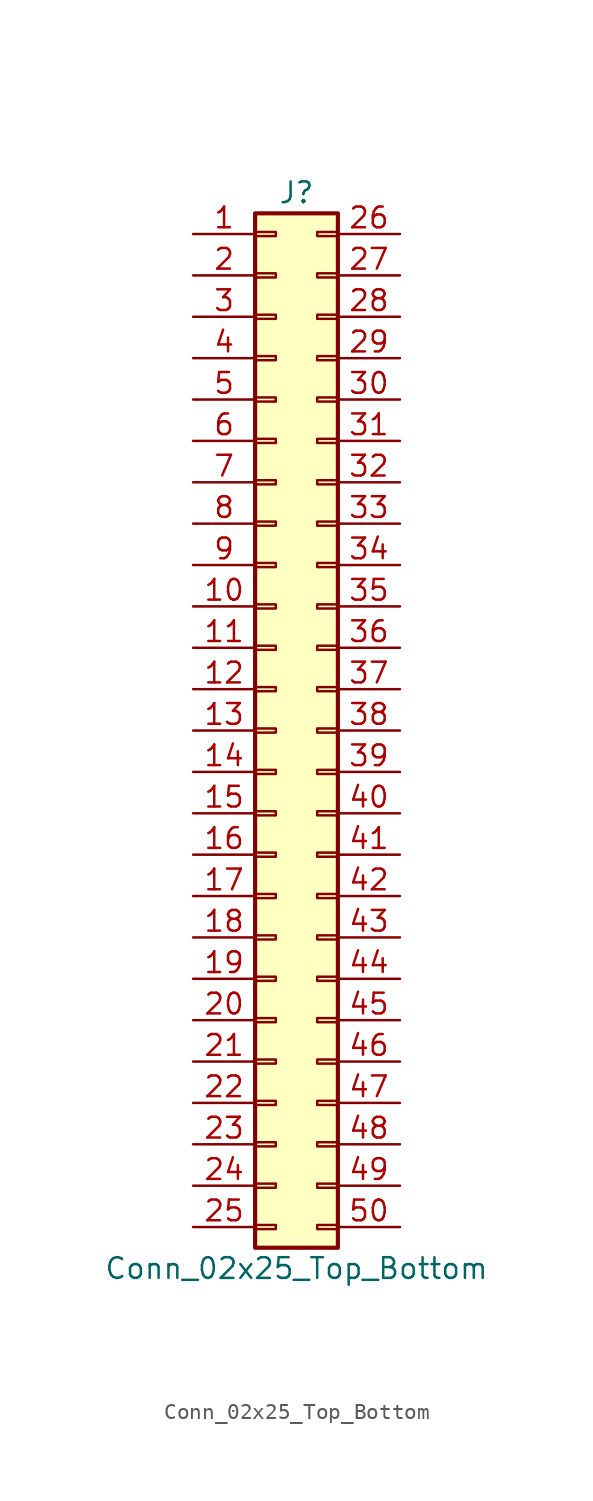
<source format=kicad_sym>
(kicad_symbol_lib
  (version 20201005)
  (generator kicad_symbol_editor)
  (symbol "Conn_02x25_Top_Bottom"
    (pin_names
      (offset 1.016) hide)
    (property "Reference" "J"
      (at 1.27 33.02 0)
      (effects (font (size 1.27 1.27))))
    (property "Value" "Conn_02x25_Top_Bottom"
      (at 1.27 -33.02 0)
      (effects (font (size 1.27 1.27))))
    (symbol "Conn_02x25_Top_Bottom_1_1"
      (rectangle (start -1.27 -30.353) (end 0 -30.607) (stroke (width 0.152)) (fill (type none)))
      (rectangle (start -1.27 -27.813) (end 0 -28.067) (stroke (width 0.152)) (fill (type none)))
      (rectangle (start -1.27 -25.273) (end 0 -25.527) (stroke (width 0.152)) (fill (type none)))
      (rectangle (start -1.27 -22.733) (end 0 -22.987) (stroke (width 0.152)) (fill (type none)))
      (rectangle (start -1.27 -20.193) (end 0 -20.447) (stroke (width 0.152)) (fill (type none)))
      (rectangle (start -1.27 -17.653) (end 0 -17.907) (stroke (width 0.152)) (fill (type none)))
      (rectangle (start -1.27 -15.113) (end 0 -15.367) (stroke (width 0.152)) (fill (type none)))
      (rectangle (start -1.27 -12.573) (end 0 -12.827) (stroke (width 0.152)) (fill (type none)))
      (rectangle (start -1.27 -10.033) (end 0 -10.287) (stroke (width 0.152)) (fill (type none)))
      (rectangle (start -1.27 -7.493) (end 0 -7.747) (stroke (width 0.152)) (fill (type none)))
      (rectangle (start -1.27 -4.953) (end 0 -5.207) (stroke (width 0.152)) (fill (type none)))
      (rectangle (start -1.27 -2.413) (end 0 -2.667) (stroke (width 0.152)) (fill (type none)))
      (rectangle (start -1.27 0.127) (end 0 -0.127) (stroke (width 0.152)) (fill (type none)))
      (rectangle (start -1.27 2.667) (end 0 2.413) (stroke (width 0.152)) (fill (type none)))
      (rectangle (start -1.27 5.207) (end 0 4.953) (stroke (width 0.152)) (fill (type none)))
      (rectangle (start -1.27 7.747) (end 0 7.493) (stroke (width 0.152)) (fill (type none)))
      (rectangle (start -1.27 10.287) (end 0 10.033) (stroke (width 0.152)) (fill (type none)))
      (rectangle (start -1.27 12.827) (end 0 12.573) (stroke (width 0.152)) (fill (type none)))
      (rectangle (start -1.27 15.367) (end 0 15.113) (stroke (width 0.152)) (fill (type none)))
      (rectangle (start -1.27 17.907) (end 0 17.653) (stroke (width 0.152)) (fill (type none)))
      (rectangle (start -1.27 20.447) (end 0 20.193) (stroke (width 0.152)) (fill (type none)))
      (rectangle (start -1.27 22.987) (end 0 22.733) (stroke (width 0.152)) (fill (type none)))
      (rectangle (start -1.27 25.527) (end 0 25.273) (stroke (width 0.152)) (fill (type none)))
      (rectangle (start -1.27 28.067) (end 0 27.813) (stroke (width 0.152)) (fill (type none)))
      (rectangle (start -1.27 30.607) (end 0 30.353) (stroke (width 0.152)) (fill (type none)))
      (rectangle (start 3.81 -30.353) (end 2.54 -30.607) (stroke (width 0.152)) (fill (type none)))
      (rectangle (start 3.81 -27.813) (end 2.54 -28.067) (stroke (width 0.152)) (fill (type none)))
      (rectangle (start 3.81 -25.273) (end 2.54 -25.527) (stroke (width 0.152)) (fill (type none)))
      (rectangle (start 3.81 -22.733) (end 2.54 -22.987) (stroke (width 0.152)) (fill (type none)))
      (rectangle (start 3.81 -20.193) (end 2.54 -20.447) (stroke (width 0.152)) (fill (type none)))
      (rectangle (start 3.81 -17.653) (end 2.54 -17.907) (stroke (width 0.152)) (fill (type none)))
      (rectangle (start 3.81 -15.113) (end 2.54 -15.367) (stroke (width 0.152)) (fill (type none)))
      (rectangle (start 3.81 -12.573) (end 2.54 -12.827) (stroke (width 0.152)) (fill (type none)))
      (rectangle (start 3.81 -10.033) (end 2.54 -10.287) (stroke (width 0.152)) (fill (type none)))
      (rectangle (start 3.81 -7.493) (end 2.54 -7.747) (stroke (width 0.152)) (fill (type none)))
      (rectangle (start 3.81 -4.953) (end 2.54 -5.207) (stroke (width 0.152)) (fill (type none)))
      (rectangle (start 3.81 -2.413) (end 2.54 -2.667) (stroke (width 0.152)) (fill (type none)))
      (rectangle (start 3.81 0.127) (end 2.54 -0.127) (stroke (width 0.152)) (fill (type none)))
      (rectangle (start 3.81 2.667) (end 2.54 2.413) (stroke (width 0.152)) (fill (type none)))
      (rectangle (start 3.81 5.207) (end 2.54 4.953) (stroke (width 0.152)) (fill (type none)))
      (rectangle (start 3.81 7.747) (end 2.54 7.493) (stroke (width 0.152)) (fill (type none)))
      (rectangle (start 3.81 10.287) (end 2.54 10.033) (stroke (width 0.152)) (fill (type none)))
      (rectangle (start 3.81 12.827) (end 2.54 12.573) (stroke (width 0.152)) (fill (type none)))
      (rectangle (start 3.81 15.367) (end 2.54 15.113) (stroke (width 0.152)) (fill (type none)))
      (rectangle (start 3.81 17.907) (end 2.54 17.653) (stroke (width 0.152)) (fill (type none)))
      (rectangle (start 3.81 20.447) (end 2.54 20.193) (stroke (width 0.152)) (fill (type none)))
      (rectangle (start 3.81 22.987) (end 2.54 22.733) (stroke (width 0.152)) (fill (type none)))
      (rectangle (start 3.81 25.527) (end 2.54 25.273) (stroke (width 0.152)) (fill (type none)))
      (rectangle (start 3.81 28.067) (end 2.54 27.813) (stroke (width 0.152)) (fill (type none)))
      (rectangle (start 3.81 30.607) (end 2.54 30.353) (stroke (width 0.152)) (fill (type none)))
      (rectangle (start -1.27 31.75) (end 3.81 -31.75) (stroke (width 0.254)) (fill (type background)))
      (pin passive line (at -5.08 30.48 0) (length 3.81) (name "Pin_1" (effects (font (size 1.27 1.27)))) (number "1" (effects (font (size 1.27 1.27)))))
      (pin passive line (at -5.08 7.62 0) (length 3.81) (name "Pin_10" (effects (font (size 1.27 1.27)))) (number "10" (effects (font (size 1.27 1.27)))))
      (pin passive line (at -5.08 5.08 0) (length 3.81) (name "Pin_11" (effects (font (size 1.27 1.27)))) (number "11" (effects (font (size 1.27 1.27)))))
      (pin passive line (at -5.08 2.54 0) (length 3.81) (name "Pin_12" (effects (font (size 1.27 1.27)))) (number "12" (effects (font (size 1.27 1.27)))))
      (pin passive line (at -5.08 0 0) (length 3.81) (name "Pin_13" (effects (font (size 1.27 1.27)))) (number "13" (effects (font (size 1.27 1.27)))))
      (pin passive line (at -5.08 -2.54 0) (length 3.81) (name "Pin_14" (effects (font (size 1.27 1.27)))) (number "14" (effects (font (size 1.27 1.27)))))
      (pin passive line (at -5.08 -5.08 0) (length 3.81) (name "Pin_15" (effects (font (size 1.27 1.27)))) (number "15" (effects (font (size 1.27 1.27)))))
      (pin passive line (at -5.08 -7.62 0) (length 3.81) (name "Pin_16" (effects (font (size 1.27 1.27)))) (number "16" (effects (font (size 1.27 1.27)))))
      (pin passive line (at -5.08 -10.16 0) (length 3.81) (name "Pin_17" (effects (font (size 1.27 1.27)))) (number "17" (effects (font (size 1.27 1.27)))))
      (pin passive line (at -5.08 -12.7 0) (length 3.81) (name "Pin_18" (effects (font (size 1.27 1.27)))) (number "18" (effects (font (size 1.27 1.27)))))
      (pin passive line (at -5.08 -15.24 0) (length 3.81) (name "Pin_19" (effects (font (size 1.27 1.27)))) (number "19" (effects (font (size 1.27 1.27)))))
      (pin passive line (at -5.08 27.94 0) (length 3.81) (name "Pin_2" (effects (font (size 1.27 1.27)))) (number "2" (effects (font (size 1.27 1.27)))))
      (pin passive line (at -5.08 -17.78 0) (length 3.81) (name "Pin_20" (effects (font (size 1.27 1.27)))) (number "20" (effects (font (size 1.27 1.27)))))
      (pin passive line (at -5.08 -20.32 0) (length 3.81) (name "Pin_21" (effects (font (size 1.27 1.27)))) (number "21" (effects (font (size 1.27 1.27)))))
      (pin passive line (at -5.08 -22.86 0) (length 3.81) (name "Pin_22" (effects (font (size 1.27 1.27)))) (number "22" (effects (font (size 1.27 1.27)))))
      (pin passive line (at -5.08 -25.4 0) (length 3.81) (name "Pin_23" (effects (font (size 1.27 1.27)))) (number "23" (effects (font (size 1.27 1.27)))))
      (pin passive line (at -5.08 -27.94 0) (length 3.81) (name "Pin_24" (effects (font (size 1.27 1.27)))) (number "24" (effects (font (size 1.27 1.27)))))
      (pin passive line (at -5.08 -30.48 0) (length 3.81) (name "Pin_25" (effects (font (size 1.27 1.27)))) (number "25" (effects (font (size 1.27 1.27)))))
      (pin passive line (at 7.62 30.48 180) (length 3.81) (name "Pin_26" (effects (font (size 1.27 1.27)))) (number "26" (effects (font (size 1.27 1.27)))))
      (pin passive line (at 7.62 27.94 180) (length 3.81) (name "Pin_27" (effects (font (size 1.27 1.27)))) (number "27" (effects (font (size 1.27 1.27)))))
      (pin passive line (at 7.62 25.4 180) (length 3.81) (name "Pin_28" (effects (font (size 1.27 1.27)))) (number "28" (effects (font (size 1.27 1.27)))))
      (pin passive line (at 7.62 22.86 180) (length 3.81) (name "Pin_29" (effects (font (size 1.27 1.27)))) (number "29" (effects (font (size 1.27 1.27)))))
      (pin passive line (at -5.08 25.4 0) (length 3.81) (name "Pin_3" (effects (font (size 1.27 1.27)))) (number "3" (effects (font (size 1.27 1.27)))))
      (pin passive line (at 7.62 20.32 180) (length 3.81) (name "Pin_30" (effects (font (size 1.27 1.27)))) (number "30" (effects (font (size 1.27 1.27)))))
      (pin passive line (at 7.62 17.78 180) (length 3.81) (name "Pin_31" (effects (font (size 1.27 1.27)))) (number "31" (effects (font (size 1.27 1.27)))))
      (pin passive line (at 7.62 15.24 180) (length 3.81) (name "Pin_32" (effects (font (size 1.27 1.27)))) (number "32" (effects (font (size 1.27 1.27)))))
      (pin passive line (at 7.62 12.7 180) (length 3.81) (name "Pin_33" (effects (font (size 1.27 1.27)))) (number "33" (effects (font (size 1.27 1.27)))))
      (pin passive line (at 7.62 10.16 180) (length 3.81) (name "Pin_34" (effects (font (size 1.27 1.27)))) (number "34" (effects (font (size 1.27 1.27)))))
      (pin passive line (at 7.62 7.62 180) (length 3.81) (name "Pin_35" (effects (font (size 1.27 1.27)))) (number "35" (effects (font (size 1.27 1.27)))))
      (pin passive line (at 7.62 5.08 180) (length 3.81) (name "Pin_36" (effects (font (size 1.27 1.27)))) (number "36" (effects (font (size 1.27 1.27)))))
      (pin passive line (at 7.62 2.54 180) (length 3.81) (name "Pin_37" (effects (font (size 1.27 1.27)))) (number "37" (effects (font (size 1.27 1.27)))))
      (pin passive line (at 7.62 0 180) (length 3.81) (name "Pin_38" (effects (font (size 1.27 1.27)))) (number "38" (effects (font (size 1.27 1.27)))))
      (pin passive line (at 7.62 -2.54 180) (length 3.81) (name "Pin_39" (effects (font (size 1.27 1.27)))) (number "39" (effects (font (size 1.27 1.27)))))
      (pin passive line (at -5.08 22.86 0) (length 3.81) (name "Pin_4" (effects (font (size 1.27 1.27)))) (number "4" (effects (font (size 1.27 1.27)))))
      (pin passive line (at 7.62 -5.08 180) (length 3.81) (name "Pin_40" (effects (font (size 1.27 1.27)))) (number "40" (effects (font (size 1.27 1.27)))))
      (pin passive line (at 7.62 -7.62 180) (length 3.81) (name "Pin_41" (effects (font (size 1.27 1.27)))) (number "41" (effects (font (size 1.27 1.27)))))
      (pin passive line (at 7.62 -10.16 180) (length 3.81) (name "Pin_42" (effects (font (size 1.27 1.27)))) (number "42" (effects (font (size 1.27 1.27)))))
      (pin passive line (at 7.62 -12.7 180) (length 3.81) (name "Pin_43" (effects (font (size 1.27 1.27)))) (number "43" (effects (font (size 1.27 1.27)))))
      (pin passive line (at 7.62 -15.24 180) (length 3.81) (name "Pin_44" (effects (font (size 1.27 1.27)))) (number "44" (effects (font (size 1.27 1.27)))))
      (pin passive line (at 7.62 -17.78 180) (length 3.81) (name "Pin_45" (effects (font (size 1.27 1.27)))) (number "45" (effects (font (size 1.27 1.27)))))
      (pin passive line (at 7.62 -20.32 180) (length 3.81) (name "Pin_46" (effects (font (size 1.27 1.27)))) (number "46" (effects (font (size 1.27 1.27)))))
      (pin passive line (at 7.62 -22.86 180) (length 3.81) (name "Pin_47" (effects (font (size 1.27 1.27)))) (number "47" (effects (font (size 1.27 1.27)))))
      (pin passive line (at 7.62 -25.4 180) (length 3.81) (name "Pin_48" (effects (font (size 1.27 1.27)))) (number "48" (effects (font (size 1.27 1.27)))))
      (pin passive line (at 7.62 -27.94 180) (length 3.81) (name "Pin_49" (effects (font (size 1.27 1.27)))) (number "49" (effects (font (size 1.27 1.27)))))
      (pin passive line (at -5.08 20.32 0) (length 3.81) (name "Pin_5" (effects (font (size 1.27 1.27)))) (number "5" (effects (font (size 1.27 1.27)))))
      (pin passive line (at 7.62 -30.48 180) (length 3.81) (name "Pin_50" (effects (font (size 1.27 1.27)))) (number "50" (effects (font (size 1.27 1.27)))))
      (pin passive line (at -5.08 17.78 0) (length 3.81) (name "Pin_6" (effects (font (size 1.27 1.27)))) (number "6" (effects (font (size 1.27 1.27)))))
      (pin passive line (at -5.08 15.24 0) (length 3.81) (name "Pin_7" (effects (font (size 1.27 1.27)))) (number "7" (effects (font (size 1.27 1.27)))))
      (pin passive line (at -5.08 12.7 0) (length 3.81) (name "Pin_8" (effects (font (size 1.27 1.27)))) (number "8" (effects (font (size 1.27 1.27)))))
      (pin passive line (at -5.08 10.16 0) (length 3.81) (name "Pin_9" (effects (font (size 1.27 1.27)))) (number "9" (effects (font (size 1.27 1.27))))))))
</source>
